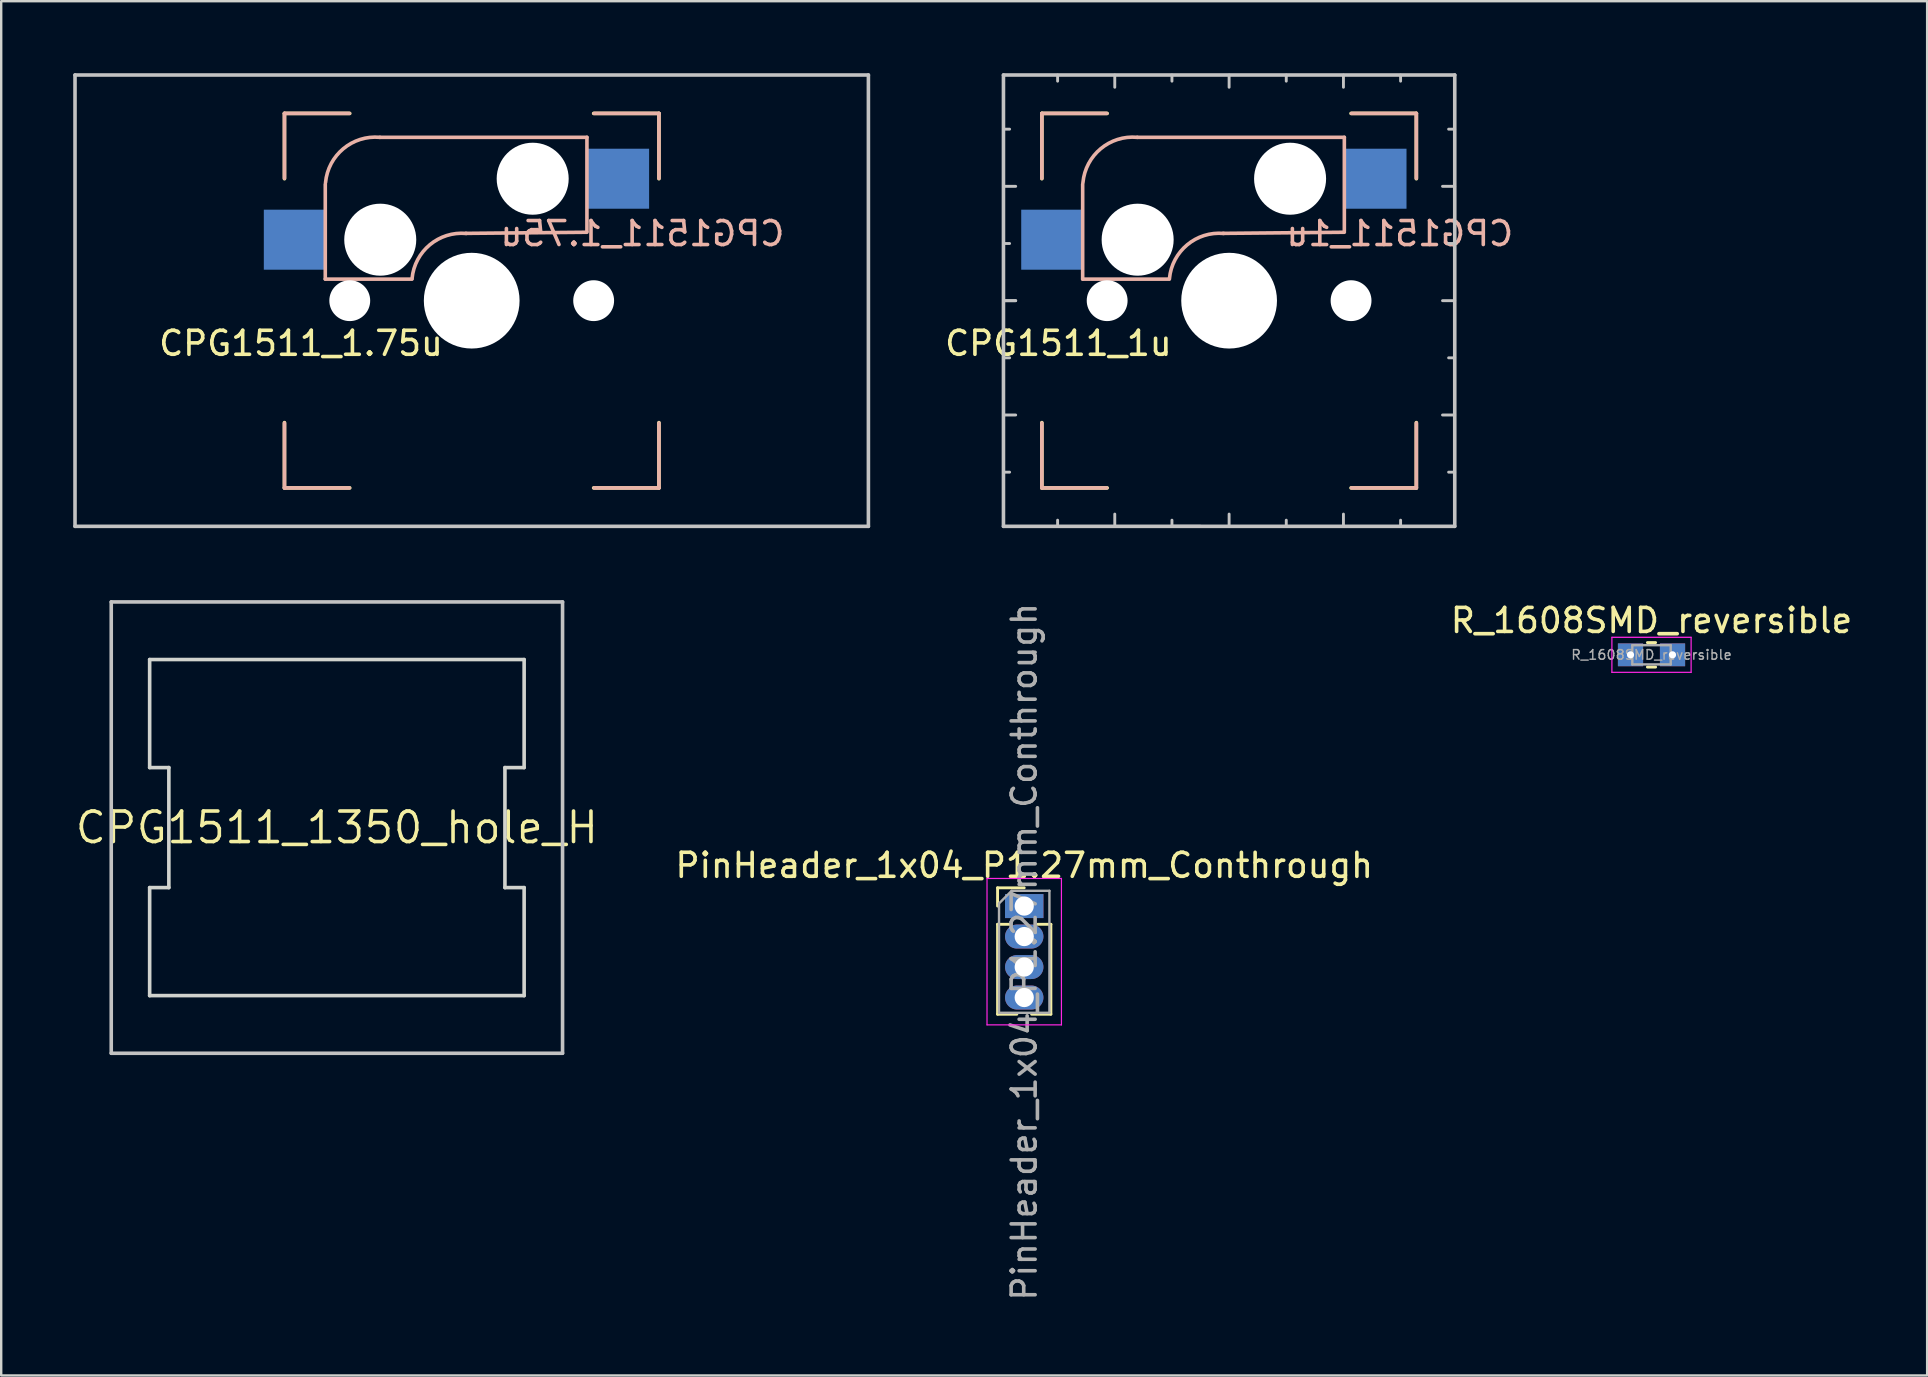
<source format=kicad_pcb>
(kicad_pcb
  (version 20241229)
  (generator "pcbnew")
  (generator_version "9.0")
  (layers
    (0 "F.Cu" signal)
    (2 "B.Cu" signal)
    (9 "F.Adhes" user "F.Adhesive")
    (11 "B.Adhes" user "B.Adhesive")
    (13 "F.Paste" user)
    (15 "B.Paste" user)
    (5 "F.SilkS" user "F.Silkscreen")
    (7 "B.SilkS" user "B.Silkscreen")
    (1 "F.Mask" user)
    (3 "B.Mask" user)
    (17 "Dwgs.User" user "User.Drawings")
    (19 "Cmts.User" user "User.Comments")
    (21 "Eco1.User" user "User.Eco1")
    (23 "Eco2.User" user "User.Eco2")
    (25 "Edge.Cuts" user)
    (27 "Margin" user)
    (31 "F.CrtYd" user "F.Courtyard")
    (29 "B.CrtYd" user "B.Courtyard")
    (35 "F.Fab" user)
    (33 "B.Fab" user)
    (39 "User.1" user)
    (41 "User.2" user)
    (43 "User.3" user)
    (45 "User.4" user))
  (footprint "CPG1511_1.75u"
    (layer "F.Cu")
    (at 16.6 9.475)
    (property "Reference" "CPG1511_1.75u" (at -7.112 1.778 180) (layer "F.SilkS") (effects (font (size 1 1) (thickness 0.15))))
    (attr through_hole)
    (fp_line (start -7.8 -7.8) (end -5.08 -7.8) (stroke (width 0.15) (type solid)) (layer "F.SilkS"))
    (fp_line (start -7.8 -5.08) (end -7.8 -7.8) (stroke (width 0.15) (type solid)) (layer "F.SilkS"))
    (fp_line (start -7.8 5.08) (end -7.8 7.8) (stroke (width 0.15) (type solid)) (layer "F.SilkS"))
    (fp_line (start -7.8 7.8) (end -5.08 7.8) (stroke (width 0.15) (type solid)) (layer "F.SilkS"))
    (fp_line (start 5.08 7.8) (end 7.8 7.8) (stroke (width 0.15) (type solid)) (layer "F.SilkS"))
    (fp_line (start 7.8 -7.8) (end 5.08 -7.8) (stroke (width 0.15) (type solid)) (layer "F.SilkS"))
    (fp_line (start 7.8 -5.08) (end 7.8 -7.8) (stroke (width 0.15) (type solid)) (layer "F.SilkS"))
    (fp_line (start 7.8 7.8) (end 7.8 5.08) (stroke (width 0.15) (type solid)) (layer "F.SilkS"))
    (fp_line (start -7.8 -7.8) (end -5.1 -7.8) (stroke (width 0.15) (type solid)) (layer "B.SilkS"))
    (fp_line (start -7.8 -5.1) (end -7.8 -7.8) (stroke (width 0.15) (type solid)) (layer "B.SilkS"))
    (fp_line (start -7.8 7.8) (end -7.8 5.1) (stroke (width 0.15) (type solid)) (layer "B.SilkS"))
    (fp_line (start -6.1 -4.85) (end -6.1 -0.905) (stroke (width 0.15) (type solid)) (layer "B.SilkS"))
    (fp_line (start -6.1 -0.896) (end -2.49 -0.896) (stroke (width 0.15) (type solid)) (layer "B.SilkS"))
    (fp_line (start -5.1 7.8) (end -7.8 7.8) (stroke (width 0.15) (type solid)) (layer "B.SilkS"))
    (fp_line (start 4.8 -6.804) (end -3.825 -6.804) (stroke (width 0.15) (type solid)) (layer "B.SilkS"))
    (fp_line (start 4.8 -2.896) (end 4.8 -6.804) (stroke (width 0.15) (type solid)) (layer "B.SilkS"))
    (fp_line (start 4.8 -2.85) (end -0.25 -2.804) (stroke (width 0.15) (type solid)) (layer "B.SilkS"))
    (fp_line (start 5.1 -7.8) (end 7.8 -7.8) (stroke (width 0.15) (type solid)) (layer "B.SilkS"))
    (fp_line (start 7.8 -7.8) (end 7.8 -5.1) (stroke (width 0.15) (type solid)) (layer "B.SilkS"))
    (fp_line (start 7.8 5.1) (end 7.8 7.8) (stroke (width 0.15) (type solid)) (layer "B.SilkS"))
    (fp_line (start 7.8 7.8) (end 5.1 7.8) (stroke (width 0.15) (type solid)) (layer "B.SilkS"))
    (fp_arc (start -6.089 -4.92) (mid -5.347189 -6.33089) (end -3.825 -6.804) (stroke (width 0.15) (type solid)) (layer "B.SilkS"))
    (fp_arc (start -2.484999 -0.920001) (mid -1.74436 -2.328062) (end -0.225 -2.8) (stroke (width 0.15) (type solid)) (layer "B.SilkS"))
    (fp_line (start -16.525 -9.4) (end 16.525 -9.4) (stroke (width 0.15) (type solid)) (layer "Dwgs.User"))
    (fp_line (start -16.525 9.4) (end -16.525 -9.4) (stroke (width 0.15) (type solid)) (layer "Dwgs.User"))
    (fp_line (start 16.525 -9.4) (end 16.525 9.4) (stroke (width 0.15) (type solid)) (layer "Dwgs.User"))
    (fp_line (start 16.525 9.4) (end -16.525 9.4) (stroke (width 0.15) (type solid)) (layer "Dwgs.User"))
    (fp_line (start -7 7) (end -7 -7) (stroke (width 0.15) (type solid)) (layer "Eco2.User"))
    (fp_line (start -7 7) (end 7 7) (stroke (width 0.15) (type solid)) (layer "Eco2.User"))
    (fp_line (start 7 -7) (end -7 -7) (stroke (width 0.15) (type solid)) (layer "Eco2.User"))
    (fp_line (start 7 -7) (end 7 7) (stroke (width 0.15) (type solid)) (layer "Eco2.User"))
    (fp_text user "${REFERENCE}" (at 7.112 -2.794 0) (layer "B.SilkS") (effects (font (size 1 1) (thickness 0.15)) (justify mirror)))
    (pad "" np_thru_hole circle (at -5.08 0) (size 1.702 1.702) (drill 1.702) (layers "*.Cu" "*.Mask"))
    (pad "" np_thru_hole circle (at -3.81 -2.54) (size 3 3) (drill 3) (layers "*.Cu" "*.Mask"))
    (pad "" np_thru_hole circle (at 0 0) (size 3.988 3.988) (drill 3.988) (layers "*.Cu" "*.Mask"))
    (pad "" np_thru_hole circle (at 2.54 -5.08) (size 3 3) (drill 3) (layers "*.Cu" "*.Mask"))
    (pad "" np_thru_hole circle (at 5.08 0) (size 1.702 1.702) (drill 1.702) (layers "*.Cu" "*.Mask"))
    (pad "1" smd rect (at -7.385 -2.54) (size 2.55 2.5) (layers "B.Cu" "B.Mask" "B.Paste"))
    (pad "2" smd rect (at 6.115 -5.08 180) (size 2.55 2.5) (layers "B.Cu" "B.Mask" "B.Paste")))
  (footprint "CPG1511_1u"
    (layer "F.Cu")
    (at 48.151 9.475)
    (property "Reference" "CPG1511_1u" (at -7.112 1.778 180) (layer "F.SilkS") (effects (font (size 1 1) (thickness 0.15))))
    (attr through_hole)
    (fp_line (start -7.8 -7.8) (end -5.08 -7.8) (stroke (width 0.15) (type solid)) (layer "F.SilkS"))
    (fp_line (start -7.8 -5.08) (end -7.8 -7.8) (stroke (width 0.15) (type solid)) (layer "F.SilkS"))
    (fp_line (start -7.8 5.08) (end -7.8 7.8) (stroke (width 0.15) (type solid)) (layer "F.SilkS"))
    (fp_line (start -7.8 7.8) (end -5.08 7.8) (stroke (width 0.15) (type solid)) (layer "F.SilkS"))
    (fp_line (start 5.08 7.8) (end 7.8 7.8) (stroke (width 0.15) (type solid)) (layer "F.SilkS"))
    (fp_line (start 7.8 -7.8) (end 5.08 -7.8) (stroke (width 0.15) (type solid)) (layer "F.SilkS"))
    (fp_line (start 7.8 -5.08) (end 7.8 -7.8) (stroke (width 0.15) (type solid)) (layer "F.SilkS"))
    (fp_line (start 7.8 7.8) (end 7.8 5.08) (stroke (width 0.15) (type solid)) (layer "F.SilkS"))
    (fp_line (start -7.8 -7.8) (end -5.1 -7.8) (stroke (width 0.15) (type solid)) (layer "B.SilkS"))
    (fp_line (start -7.8 -5.1) (end -7.8 -7.8) (stroke (width 0.15) (type solid)) (layer "B.SilkS"))
    (fp_line (start -7.8 7.8) (end -7.8 5.1) (stroke (width 0.15) (type solid)) (layer "B.SilkS"))
    (fp_line (start -6.1 -4.85) (end -6.1 -0.905) (stroke (width 0.15) (type solid)) (layer "B.SilkS"))
    (fp_line (start -6.1 -0.896) (end -2.49 -0.896) (stroke (width 0.15) (type solid)) (layer "B.SilkS"))
    (fp_line (start -5.1 7.8) (end -7.8 7.8) (stroke (width 0.15) (type solid)) (layer "B.SilkS"))
    (fp_line (start 4.8 -6.804) (end -3.825 -6.804) (stroke (width 0.15) (type solid)) (layer "B.SilkS"))
    (fp_line (start 4.8 -2.896) (end 4.8 -6.804) (stroke (width 0.15) (type solid)) (layer "B.SilkS"))
    (fp_line (start 4.8 -2.85) (end -0.25 -2.804) (stroke (width 0.15) (type solid)) (layer "B.SilkS"))
    (fp_line (start 5.1 -7.8) (end 7.8 -7.8) (stroke (width 0.15) (type solid)) (layer "B.SilkS"))
    (fp_line (start 7.8 -7.8) (end 7.8 -5.1) (stroke (width 0.15) (type solid)) (layer "B.SilkS"))
    (fp_line (start 7.8 5.1) (end 7.8 7.8) (stroke (width 0.15) (type solid)) (layer "B.SilkS"))
    (fp_line (start 7.8 7.8) (end 5.1 7.8) (stroke (width 0.15) (type solid)) (layer "B.SilkS"))
    (fp_arc (start -6.089 -4.92) (mid -5.347189 -6.33089) (end -3.825 -6.804) (stroke (width 0.15) (type solid)) (layer "B.SilkS"))
    (fp_arc (start -2.484999 -0.920001) (mid -1.74436 -2.328062) (end -0.225 -2.8) (stroke (width 0.15) (type solid)) (layer "B.SilkS"))
    (fp_line (start -9.4 -9.4) (end 9.4 -9.4) (stroke (width 0.15) (type solid)) (layer "Dwgs.User"))
    (fp_line (start -9.4 9.4) (end -9.4 -9.4) (stroke (width 0.15) (type solid)) (layer "Dwgs.User"))
    (fp_line (start -9.398 -7.144) (end -9.144 -7.144) (stroke (width 0.12) (type solid)) (layer "Dwgs.User"))
    (fp_line (start -9.398 -4.763) (end -8.89 -4.763) (stroke (width 0.12) (type solid)) (layer "Dwgs.User"))
    (fp_line (start -9.398 -2.381) (end -9.144 -2.381) (stroke (width 0.12) (type solid)) (layer "Dwgs.User"))
    (fp_line (start -9.398 0) (end -8.89 0) (stroke (width 0.12) (type solid)) (layer "Dwgs.User"))
    (fp_line (start -9.398 0) (end -8.89 0) (stroke (width 0.12) (type solid)) (layer "Dwgs.User"))
    (fp_line (start -9.398 2.381) (end -9.144 2.381) (stroke (width 0.12) (type solid)) (layer "Dwgs.User"))
    (fp_line (start -9.398 3.572) (end -9.398 4.763) (stroke (width 0.12) (type solid)) (layer "Dwgs.User"))
    (fp_line (start -9.398 4.763) (end -8.89 4.763) (stroke (width 0.12) (type solid)) (layer "Dwgs.User"))
    (fp_line (start -9.398 7.144) (end -9.144 7.144) (stroke (width 0.12) (type solid)) (layer "Dwgs.User"))
    (fp_line (start -7.144 -9.398) (end -7.144 -9.144) (stroke (width 0.12) (type solid)) (layer "Dwgs.User"))
    (fp_line (start -7.144 9.398) (end -7.144 9.144) (stroke (width 0.12) (type solid)) (layer "Dwgs.User"))
    (fp_line (start -4.763 -9.398) (end -4.763 -8.89) (stroke (width 0.12) (type solid)) (layer "Dwgs.User"))
    (fp_line (start -4.763 9.398) (end -4.763 8.89) (stroke (width 0.12) (type solid)) (layer "Dwgs.User"))
    (fp_line (start -2.381 -9.398) (end -2.381 -9.144) (stroke (width 0.12) (type solid)) (layer "Dwgs.User"))
    (fp_line (start -2.381 9.398) (end -2.381 9.144) (stroke (width 0.12) (type solid)) (layer "Dwgs.User"))
    (fp_line (start -1.191 9.398) (end -2.381 9.398) (stroke (width 0.12) (type solid)) (layer "Dwgs.User"))
    (fp_line (start 0 -9.398) (end 0 -8.89) (stroke (width 0.12) (type solid)) (layer "Dwgs.User"))
    (fp_line (start 0 9.398) (end 0 8.89) (stroke (width 0.12) (type solid)) (layer "Dwgs.User"))
    (fp_line (start 2.381 -9.398) (end 2.381 -9.144) (stroke (width 0.12) (type solid)) (layer "Dwgs.User"))
    (fp_line (start 2.381 9.398) (end 2.381 9.144) (stroke (width 0.12) (type solid)) (layer "Dwgs.User"))
    (fp_line (start 4.763 -9.398) (end 4.763 -8.89) (stroke (width 0.12) (type solid)) (layer "Dwgs.User"))
    (fp_line (start 4.763 9.398) (end 4.763 8.89) (stroke (width 0.12) (type solid)) (layer "Dwgs.User"))
    (fp_line (start 7.144 -9.398) (end 7.144 -9.144) (stroke (width 0.12) (type solid)) (layer "Dwgs.User"))
    (fp_line (start 7.144 9.398) (end 7.144 9.144) (stroke (width 0.12) (type solid)) (layer "Dwgs.User"))
    (fp_line (start 9.398 -7.144) (end 9.144 -7.144) (stroke (width 0.12) (type solid)) (layer "Dwgs.User"))
    (fp_line (start 9.398 -4.763) (end 8.89 -4.763) (stroke (width 0.12) (type solid)) (layer "Dwgs.User"))
    (fp_line (start 9.398 -2.381) (end 9.144 -2.381) (stroke (width 0.12) (type solid)) (layer "Dwgs.User"))
    (fp_line (start 9.398 0) (end 8.89 0) (stroke (width 0.12) (type solid)) (layer "Dwgs.User"))
    (fp_line (start 9.398 2.381) (end 9.144 2.381) (stroke (width 0.12) (type solid)) (layer "Dwgs.User"))
    (fp_line (start 9.398 4.763) (end 8.89 4.763) (stroke (width 0.12) (type solid)) (layer "Dwgs.User"))
    (fp_line (start 9.398 7.144) (end 9.144 7.144) (stroke (width 0.12) (type solid)) (layer "Dwgs.User"))
    (fp_line (start 9.4 -9.4) (end 9.4 9.4) (stroke (width 0.15) (type solid)) (layer "Dwgs.User"))
    (fp_line (start 9.4 9.4) (end -9.4 9.4) (stroke (width 0.15) (type solid)) (layer "Dwgs.User"))
    (fp_line (start -7 7) (end -7 -7) (stroke (width 0.15) (type solid)) (layer "Eco2.User"))
    (fp_line (start -7 7) (end 7 7) (stroke (width 0.15) (type solid)) (layer "Eco2.User"))
    (fp_line (start 7 -7) (end -7 -7) (stroke (width 0.15) (type solid)) (layer "Eco2.User"))
    (fp_line (start 7 -7) (end 7 7) (stroke (width 0.15) (type solid)) (layer "Eco2.User"))
    (fp_text user "${REFERENCE}" (at 7.112 -2.794 0) (layer "B.SilkS") (effects (font (size 1 1) (thickness 0.15)) (justify mirror)))
    (pad "" np_thru_hole circle (at -5.08 0) (size 1.702 1.702) (drill 1.702) (layers "*.Cu" "*.Mask"))
    (pad "" np_thru_hole circle (at -3.81 -2.54) (size 3 3) (drill 3) (layers "*.Cu" "*.Mask"))
    (pad "" np_thru_hole circle (at 0 0) (size 3.988 3.988) (drill 3.988) (layers "*.Cu" "*.Mask"))
    (pad "" np_thru_hole circle (at 2.54 -5.08) (size 3 3) (drill 3) (layers "*.Cu" "*.Mask"))
    (pad "" np_thru_hole circle (at 5.08 0) (size 1.702 1.702) (drill 1.702) (layers "*.Cu" "*.Mask"))
    (pad "1" smd rect (at -7.385 -2.54) (size 2.55 2.5) (layers "B.Cu" "B.Mask" "B.Paste"))
    (pad "2" smd rect (at 6.115 -5.08 180) (size 2.55 2.5) (layers "B.Cu" "B.Mask" "B.Paste")))
  (footprint "R_1608SMD_reversible"
    (layer "F.Cu")
    (at 65.747 24.228)
    (property "Reference" "R_1608SMD_reversible" (at 0 -1.43 0) (layer "F.SilkS") (effects (font (size 1 1) (thickness 0.15))))
    (attr smd)
    (fp_line (start -0.171 -0.51) (end 0.171 -0.51) (stroke (width 0.12) (type solid)) (layer "F.SilkS"))
    (fp_line (start -0.171 0.51) (end 0.171 0.51) (stroke (width 0.12) (type solid)) (layer "F.SilkS"))
    (fp_line (start -1.65 -0.73) (end 1.65 -0.73) (stroke (width 0.05) (type solid)) (layer "F.CrtYd"))
    (fp_line (start -1.65 0.73) (end -1.65 -0.73) (stroke (width 0.05) (type solid)) (layer "F.CrtYd"))
    (fp_line (start 1.65 -0.73) (end 1.65 0.73) (stroke (width 0.05) (type solid)) (layer "F.CrtYd"))
    (fp_line (start 1.65 0.73) (end -1.65 0.73) (stroke (width 0.05) (type solid)) (layer "F.CrtYd"))
    (fp_line (start -0.8 -0.4) (end 0.8 -0.4) (stroke (width 0.1) (type solid)) (layer "F.Fab"))
    (fp_line (start -0.8 0.4) (end -0.8 -0.4) (stroke (width 0.1) (type solid)) (layer "F.Fab"))
    (fp_line (start 0.8 -0.4) (end 0.8 0.4) (stroke (width 0.1) (type solid)) (layer "F.Fab"))
    (fp_line (start 0.8 0.4) (end -0.8 0.4) (stroke (width 0.1) (type solid)) (layer "F.Fab"))
    (fp_text user "${REFERENCE}" (at 0 0 0) (layer "F.Fab") (effects (font (size 0.4 0.4) (thickness 0.06))))
    (pad "1" thru_hole rect (at -0.875 0) (size 1.05 0.95) (drill 0.3) (layers "*.Cu" "*.Mask"))
    (pad "2" thru_hole rect (at 0.875 0) (size 1.05 0.95) (drill 0.3) (layers "*.Cu" "*.Mask")))
  (footprint "CPG1511_1350_hole_H"
    (layer "F.Cu")
    (at 10.984 31.425)
    (property "Reference" "CPG1511_1350_hole_H" (at 0 0 0) (layer "F.SilkS") (effects (font (size 1.27 1.27) (thickness 0.15))))
    (attr through_hole)
    (fp_line (start -9.4 -9.4) (end 9.4 -9.4) (stroke (width 0.15) (type solid)) (layer "Dwgs.User"))
    (fp_line (start -9.4 9.4) (end -9.4 -9.4) (stroke (width 0.15) (type solid)) (layer "Dwgs.User"))
    (fp_line (start 9.4 -9.4) (end 9.4 9.4) (stroke (width 0.15) (type solid)) (layer "Dwgs.User"))
    (fp_line (start 9.4 9.4) (end -9.4 9.4) (stroke (width 0.15) (type solid)) (layer "Dwgs.User"))
    (fp_line (start -7.8 -7) (end 7.8 -7) (stroke (width 0.15) (type solid)) (layer "Edge.Cuts"))
    (fp_line (start -7.8 -2.5) (end -7.8 -7) (stroke (width 0.15) (type solid)) (layer "Edge.Cuts"))
    (fp_line (start -7.8 -2.5) (end -7 -2.5) (stroke (width 0.15) (type solid)) (layer "Edge.Cuts"))
    (fp_line (start -7.8 2.5) (end -7 2.5) (stroke (width 0.15) (type solid)) (layer "Edge.Cuts"))
    (fp_line (start -7.8 7) (end -7.8 2.5) (stroke (width 0.15) (type solid)) (layer "Edge.Cuts"))
    (fp_line (start -7.8 7) (end 7.8 7) (stroke (width 0.15) (type solid)) (layer "Edge.Cuts"))
    (fp_line (start -7 -2.5) (end -7 2.5) (stroke (width 0.15) (type solid)) (layer "Edge.Cuts"))
    (fp_line (start 7 -2.5) (end 7 2.5) (stroke (width 0.15) (type solid)) (layer "Edge.Cuts"))
    (fp_line (start 7 -2.5) (end 7.8 -2.5) (stroke (width 0.15) (type solid)) (layer "Edge.Cuts"))
    (fp_line (start 7 2.5) (end 7.8 2.5) (stroke (width 0.15) (type solid)) (layer "Edge.Cuts"))
    (fp_line (start 7.8 -2.5) (end 7.8 -7) (stroke (width 0.15) (type solid)) (layer "Edge.Cuts"))
    (fp_line (start 7.8 7) (end 7.8 2.5) (stroke (width 0.15) (type solid)) (layer "Edge.Cuts")))
  (footprint "PinHeader_1x04_P1.27mm_Conthrough"
    (layer "F.Cu")
    (at 39.616 34.694)
    (property "Reference" "PinHeader_1x04_P1.27mm_Conthrough" (at 0 -1.695 0) (layer "F.SilkS") (effects (font (size 1 1) (thickness 0.15))))
    (attr through_hole)
    (fp_line (start -1.11 -0.76) (end 0 -0.76) (stroke (width 0.12) (type solid)) (layer "F.SilkS"))
    (fp_line (start -1.11 0) (end -1.11 -0.76) (stroke (width 0.12) (type solid)) (layer "F.SilkS"))
    (fp_line (start -1.11 0.76) (end -1.11 4.505) (stroke (width 0.12) (type solid)) (layer "F.SilkS"))
    (fp_line (start -1.11 0.76) (end -0.563 0.76) (stroke (width 0.12) (type solid)) (layer "F.SilkS"))
    (fp_line (start -1.11 4.505) (end -0.308 4.505) (stroke (width 0.12) (type solid)) (layer "F.SilkS"))
    (fp_line (start 0.308 4.505) (end 1.11 4.505) (stroke (width 0.12) (type solid)) (layer "F.SilkS"))
    (fp_line (start 0.563 0.76) (end 1.11 0.76) (stroke (width 0.12) (type solid)) (layer "F.SilkS"))
    (fp_line (start 1.11 0.76) (end 1.11 4.505) (stroke (width 0.12) (type solid)) (layer "F.SilkS"))
    (fp_line (start -1.55 -1.15) (end -1.55 4.95) (stroke (width 0.05) (type solid)) (layer "F.CrtYd"))
    (fp_line (start -1.55 4.95) (end 1.55 4.95) (stroke (width 0.05) (type solid)) (layer "F.CrtYd"))
    (fp_line (start 1.55 -1.15) (end -1.55 -1.15) (stroke (width 0.05) (type solid)) (layer "F.CrtYd"))
    (fp_line (start 1.55 4.95) (end 1.55 -1.15) (stroke (width 0.05) (type solid)) (layer "F.CrtYd"))
    (fp_line (start -1.05 -0.11) (end -0.525 -0.635) (stroke (width 0.1) (type solid)) (layer "F.Fab"))
    (fp_line (start -1.05 4.445) (end -1.05 -0.11) (stroke (width 0.1) (type solid)) (layer "F.Fab"))
    (fp_line (start -0.525 -0.635) (end 1.05 -0.635) (stroke (width 0.1) (type solid)) (layer "F.Fab"))
    (fp_line (start 1.05 -0.635) (end 1.05 4.445) (stroke (width 0.1) (type solid)) (layer "F.Fab"))
    (fp_line (start 1.05 4.445) (end -1.05 4.445) (stroke (width 0.1) (type solid)) (layer "F.Fab"))
    (fp_text user "${REFERENCE}" (at 0 1.905 90) (layer "F.Fab") (effects (font (size 1 1) (thickness 0.15))))
    (pad "1" thru_hole rect (at 0 0) (size 1.6 1) (drill 0.8) (layers "*.Cu" "*.Mask"))
    (pad "2" thru_hole oval (at 0 1.27) (size 1.6 1) (drill 0.8) (layers "*.Cu" "*.Mask"))
    (pad "3" thru_hole oval (at 0 2.54) (size 1.6 1) (drill 0.8) (layers "*.Cu" "*.Mask"))
    (pad "4" thru_hole oval (at 0 3.81) (size 1.6 1) (drill 0.8) (layers "*.Cu" "*.Mask")))
  (gr_rect
    (start -3 -3)
    (end 77.229 54.248)
    (stroke (width 0.1) (type default))
    (fill no)
    (layer "Edge.Cuts")))
</source>
